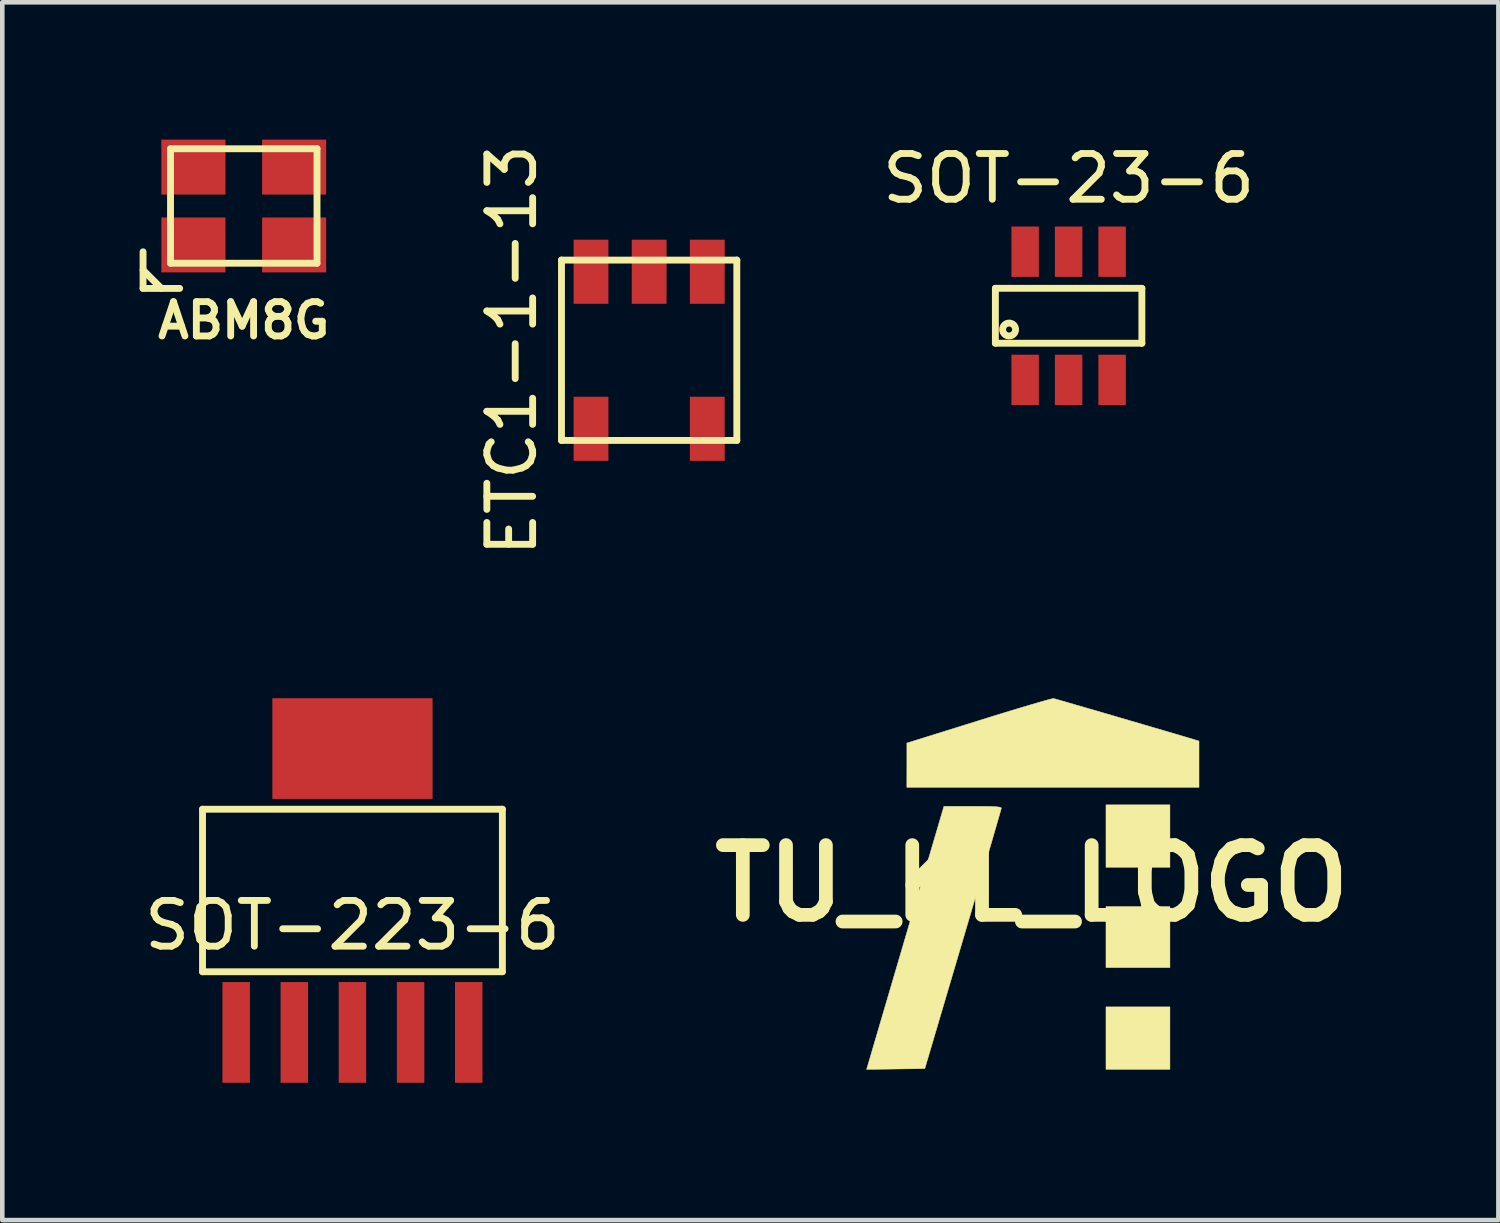
<source format=kicad_pcb>
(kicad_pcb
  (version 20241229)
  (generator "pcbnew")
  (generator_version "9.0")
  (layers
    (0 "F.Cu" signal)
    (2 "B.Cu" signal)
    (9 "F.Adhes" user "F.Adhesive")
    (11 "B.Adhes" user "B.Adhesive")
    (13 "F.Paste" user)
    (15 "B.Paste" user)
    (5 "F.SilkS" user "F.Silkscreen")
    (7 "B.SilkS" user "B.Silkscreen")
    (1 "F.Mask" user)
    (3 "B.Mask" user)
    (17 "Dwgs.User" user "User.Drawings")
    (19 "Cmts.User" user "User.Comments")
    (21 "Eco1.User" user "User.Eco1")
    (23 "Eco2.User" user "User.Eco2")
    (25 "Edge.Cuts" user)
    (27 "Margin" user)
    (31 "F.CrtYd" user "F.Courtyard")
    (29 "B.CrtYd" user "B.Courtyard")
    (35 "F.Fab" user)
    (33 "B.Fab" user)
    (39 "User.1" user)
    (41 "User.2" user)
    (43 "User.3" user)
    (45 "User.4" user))
  (footprint "SOT-223-6"
    (layer "F.Cu")
    (at 4.649 16.402)
    (property "Reference" "SOT-223-6" (at 0 0.762 0) (layer "F.SilkS") (effects (font (size 1 1) (thickness 0.15))))
    (attr through_hole)
    (fp_line (start -3.275 -1.775) (end -3.275 1.775) (stroke (width 0.15) (type solid)) (layer "F.SilkS"))
    (fp_line (start -3.275 1.775) (end 3.275 1.775) (stroke (width 0.15) (type solid)) (layer "F.SilkS"))
    (fp_line (start 3.275 -1.775) (end -3.275 -1.775) (stroke (width 0.15) (type solid)) (layer "F.SilkS"))
    (fp_line (start 3.275 1.775) (end 3.275 -1.775) (stroke (width 0.15) (type solid)) (layer "F.SilkS"))
    (pad "1" smd rect (at -2.54 3.1) (size 0.6 2.2) (layers "F.Cu" "F.Mask" "F.Paste"))
    (pad "2" smd rect (at -1.27 3.1) (size 0.6 2.2) (layers "F.Cu" "F.Mask" "F.Paste"))
    (pad "3" smd rect (at 0 3.1) (size 0.6 2.2) (layers "F.Cu" "F.Mask" "F.Paste"))
    (pad "4" smd rect (at 1.27 3.1) (size 0.6 2.2) (layers "F.Cu" "F.Mask" "F.Paste"))
    (pad "5" smd rect (at 2.54 3.1) (size 0.6 2.2) (layers "F.Cu" "F.Mask" "F.Paste"))
    (pad "6" smd rect (at 0 -3.1) (size 3.5 2.2) (layers "F.Cu" "F.Mask" "F.Paste")))
  (footprint "SOT-23-6"
    (layer "F.Cu")
    (at 20.293 3.848)
    (property "Reference" "SOT-23-6" (at 0 -3 0) (layer "F.SilkS") (effects (font (size 1 1) (thickness 0.15))))
    (attr through_hole)
    (fp_line (start -1.6 -0.6) (end 1.6 -0.6) (stroke (width 0.15) (type solid)) (layer "F.SilkS"))
    (fp_line (start -1.6 0.6) (end -1.6 -0.6) (stroke (width 0.15) (type solid)) (layer "F.SilkS"))
    (fp_line (start 1.6 -0.6) (end 1.6 0.6) (stroke (width 0.15) (type solid)) (layer "F.SilkS"))
    (fp_line (start 1.6 0.6) (end -1.6 0.6) (stroke (width 0.15) (type solid)) (layer "F.SilkS"))
    (fp_circle (center -1.3 0.3) (end -1.2 0.4) (stroke (width 0.15) (type solid)) (fill no) (layer "F.SilkS"))
    (pad "1" smd rect (at -0.95 1.4) (size 0.6 1.1) (layers "F.Cu" "F.Mask" "F.Paste"))
    (pad "2" smd rect (at 0 1.4) (size 0.6 1.1) (layers "F.Cu" "F.Mask" "F.Paste"))
    (pad "3" smd rect (at 0.95 1.4) (size 0.6 1.1) (layers "F.Cu" "F.Mask" "F.Paste"))
    (pad "4" smd rect (at 0.95 -1.4) (size 0.6 1.1) (layers "F.Cu" "F.Mask" "F.Paste"))
    (pad "5" smd rect (at 0 -1.4) (size 0.6 1.1) (layers "F.Cu" "F.Mask" "F.Paste"))
    (pad "6" smd rect (at -0.95 -1.4) (size 0.6 1.1) (layers "F.Cu" "F.Mask" "F.Paste")))
  (footprint "ETC1-1-13"
    (layer "F.Cu")
    (at 11.13 4.601)
    (property "Reference" "ETC1-1-13" (at -3 0 90) (layer "F.SilkS") (effects (font (size 1 1) (thickness 0.15))))
    (attr through_hole)
    (fp_line (start -1.915 -1.97) (end -1.915 1.97) (stroke (width 0.15) (type solid)) (layer "F.SilkS"))
    (fp_line (start -1.915 1.97) (end 1.915 1.97) (stroke (width 0.15) (type solid)) (layer "F.SilkS"))
    (fp_line (start 1.915 -1.97) (end -1.915 -1.97) (stroke (width 0.15) (type solid)) (layer "F.SilkS"))
    (fp_line (start 1.915 1.97) (end 1.915 -1.97) (stroke (width 0.15) (type solid)) (layer "F.SilkS"))
    (pad "1" smd rect (at -1.27 1.715) (size 0.76 1.4) (layers "F.Cu" "F.Mask" "F.Paste"))
    (pad "2" smd rect (at 1.27 1.715) (size 0.76 1.4) (layers "F.Cu" "F.Mask" "F.Paste"))
    (pad "3" smd rect (at 1.27 -1.715) (size 0.76 1.4) (layers "F.Cu" "F.Mask" "F.Paste"))
    (pad "4" smd rect (at 0 -1.715) (size 0.76 1.4) (layers "F.Cu" "F.Mask" "F.Paste"))
    (pad "5" smd rect (at -1.27 -1.715) (size 0.76 1.4) (layers "F.Cu" "F.Mask" "F.Paste")))
  (footprint "TU_KL_LOGO"
    (layer "F.Cu")
    (at 19.49 16.245)
    (property "Reference" "TU_KL_LOGO" (at 0 0 0) (layer "F.SilkS") (effects (font (size 1.524 1.524) (thickness 0.3))))
    (attr through_hole)
    (fp_poly (pts (xy 3.016 -0.349) (xy 1.619 -0.349) (xy 1.619 -1.714) (xy 3.016 -1.714) (xy 3.016 -0.349)) (stroke (width 0.01) (type solid)) (fill yes) (layer "F.SilkS"))
    (fp_poly (pts (xy 3.016 1.841) (xy 1.619 1.841) (xy 1.619 0.508) (xy 3.016 0.508) (xy 3.016 1.841)) (stroke (width 0.01) (type solid)) (fill yes) (layer "F.SilkS"))
    (fp_poly (pts (xy 3.016 4.064) (xy 1.619 4.064) (xy 1.619 2.699) (xy 3.016 2.699) (xy 3.016 4.064)) (stroke (width 0.01) (type solid)) (fill yes) (layer "F.SilkS"))
    (fp_poly (pts (xy -1.068 -1.681) (xy -0.9 -1.679) (xy -0.782 -1.673) (xy -0.708 -1.664) (xy -0.673 -1.653) (xy -0.667 -1.643) (xy -0.676 -1.607) (xy -0.702 -1.515) (xy -0.743 -1.371) (xy -0.799 -1.179) (xy -0.867 -0.943) (xy -0.948 -0.667) (xy -1.038 -0.357) (xy -1.138 -0.016) (xy -1.246 0.352) (xy -1.361 0.741) (xy -1.481 1.149) (xy -1.503 1.222) (xy -2.338 4.048) (xy -3.61 4.065) (xy -2.766 1.192) (xy -1.921 -1.682) (xy -1.294 -1.682) (xy -1.068 -1.681)) (stroke (width 0.01) (type solid)) (fill yes) (layer "F.SilkS"))
    (fp_poly (pts (xy 0.512 -4.027) (xy 0.604 -4.001) (xy 0.743 -3.961) (xy 0.921 -3.909) (xy 1.132 -3.848) (xy 1.367 -3.78) (xy 1.621 -3.706) (xy 1.885 -3.629) (xy 2.152 -3.55) (xy 2.416 -3.473) (xy 2.669 -3.399) (xy 2.904 -3.33) (xy 3.114 -3.268) (xy 3.291 -3.216) (xy 3.429 -3.175) (xy 3.52 -3.148) (xy 3.548 -3.139) (xy 3.651 -3.107) (xy 3.651 -2.601) (xy 3.651 -2.095) (xy -2.731 -2.095) (xy -2.73 -2.58) (xy -2.73 -3.064) (xy -1.154 -3.556) (xy -0.849 -3.651) (xy -0.562 -3.739) (xy -0.298 -3.819) (xy -0.064 -3.889) (xy 0.136 -3.948) (xy 0.295 -3.993) (xy 0.407 -4.024) (xy 0.466 -4.037) (xy 0.473 -4.038) (xy 0.512 -4.027)) (stroke (width 0.01) (type solid)) (fill yes) (layer "F.SilkS")))
  (footprint "ABM8G"
    (layer "F.Cu")
    (at 2.275 1.45)
    (property "Reference" "ABM8G" (at 0 2.5 0) (layer "F.SilkS") (effects (font (size 0.75 0.75) (thickness 0.15))))
    (attr through_hole)
    (fp_line (start -2.2 1) (end -2.2 1.8) (stroke (width 0.15) (type solid)) (layer "F.SilkS"))
    (fp_line (start -2.2 1.4) (end -1.8 1.8) (stroke (width 0.15) (type solid)) (layer "F.SilkS"))
    (fp_line (start -2.2 1.8) (end -1.4 1.8) (stroke (width 0.15) (type solid)) (layer "F.SilkS"))
    (fp_line (start -1.6 -1.25) (end 1.6 -1.25) (stroke (width 0.15) (type solid)) (layer "F.SilkS"))
    (fp_line (start -1.6 1.25) (end -1.6 -1.25) (stroke (width 0.15) (type solid)) (layer "F.SilkS"))
    (fp_line (start 1.6 -1.25) (end 1.6 1.25) (stroke (width 0.15) (type solid)) (layer "F.SilkS"))
    (fp_line (start 1.6 1.25) (end -1.6 1.25) (stroke (width 0.15) (type solid)) (layer "F.SilkS"))
    (pad "1" smd rect (at -1.1 0.85) (size 1.4 1.2) (layers "F.Cu" "F.Mask" "F.Paste"))
    (pad "2" smd rect (at 1.1 0.85) (size 1.4 1.2) (layers "F.Cu" "F.Mask" "F.Paste"))
    (pad "3" smd rect (at 1.1 -0.85) (size 1.4 1.2) (layers "F.Cu" "F.Mask" "F.Paste"))
    (pad "4" smd rect (at -1.1 -0.85) (size 1.4 1.2) (layers "F.Cu" "F.Mask" "F.Paste")))
  (gr_rect
    (start -3 -3)
    (end 29.681 23.602)
    (stroke (width 0.1) (type default))
    (fill no)
    (layer "Edge.Cuts")))
</source>
